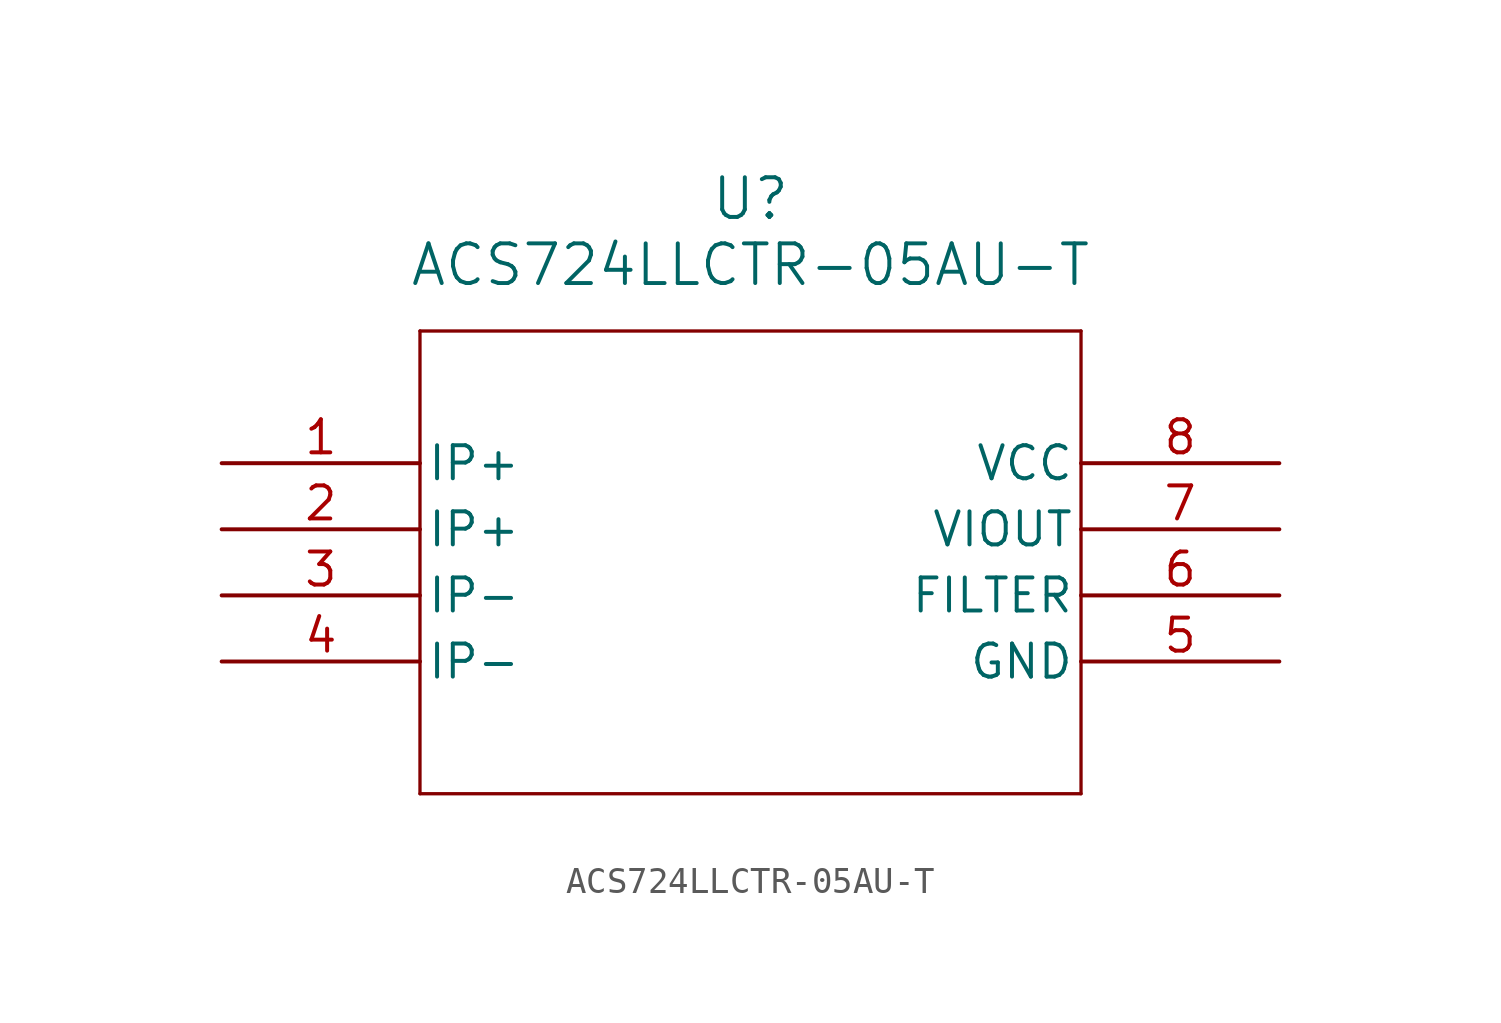
<source format=kicad_sym>
(kicad_symbol_lib
  (version 20211014)
  (generator kicad_symbol_editor)
  (symbol "ACS724LLCTR-05AU-T"
    (pin_names
      (offset 0.254))
    (property "Reference" "U"
      (at 20.32 10.16 0)
      (effects (font (size 1.524 1.524))))
    (property "Value" "ACS724LLCTR-05AU-T"
      (at 20.32 7.62 0)
      (effects (font (size 1.524 1.524))))
    (symbol "ACS724LLCTR-05AU-T_0_1"
      (polyline (pts (xy 7.62 5.08) (xy 7.62 -12.7)) (stroke (width 0.127) (type default) (color 0 0 0 0)) (fill (type none)))
      (polyline (pts (xy 7.62 -12.7) (xy 33.02 -12.7)) (stroke (width 0.127) (type default) (color 0 0 0 0)) (fill (type none)))
      (polyline (pts (xy 33.02 -12.7) (xy 33.02 5.08)) (stroke (width 0.127) (type default) (color 0 0 0 0)) (fill (type none)))
      (polyline (pts (xy 33.02 5.08) (xy 7.62 5.08)) (stroke (width 0.127) (type default) (color 0 0 0 0)) (fill (type none)))
      (pin unspecified line (at 0 0 0) (length 7.62) (name "IP+" (effects (font (size 1.27 1.27)))) (number "1" (effects (font (size 1.27 1.27)))))
      (pin unspecified line (at 0 -2.54 0) (length 7.62) (name "IP+" (effects (font (size 1.27 1.27)))) (number "2" (effects (font (size 1.27 1.27)))))
      (pin unspecified line (at 0 -5.08 0) (length 7.62) (name "IP-" (effects (font (size 1.27 1.27)))) (number "3" (effects (font (size 1.27 1.27)))))
      (pin unspecified line (at 0 -7.62 0) (length 7.62) (name "IP-" (effects (font (size 1.27 1.27)))) (number "4" (effects (font (size 1.27 1.27)))))
      (pin power_out line (at 40.64 -7.62 180) (length 7.62) (name "GND" (effects (font (size 1.27 1.27)))) (number "5" (effects (font (size 1.27 1.27)))))
      (pin unspecified line (at 40.64 -5.08 180) (length 7.62) (name "FILTER" (effects (font (size 1.27 1.27)))) (number "6" (effects (font (size 1.27 1.27)))))
      (pin output line (at 40.64 -2.54 180) (length 7.62) (name "VIOUT" (effects (font (size 1.27 1.27)))) (number "7" (effects (font (size 1.27 1.27)))))
      (pin power_in line (at 40.64 0 180) (length 7.62) (name "VCC" (effects (font (size 1.27 1.27)))) (number "8" (effects (font (size 1.27 1.27))))))))
</source>
